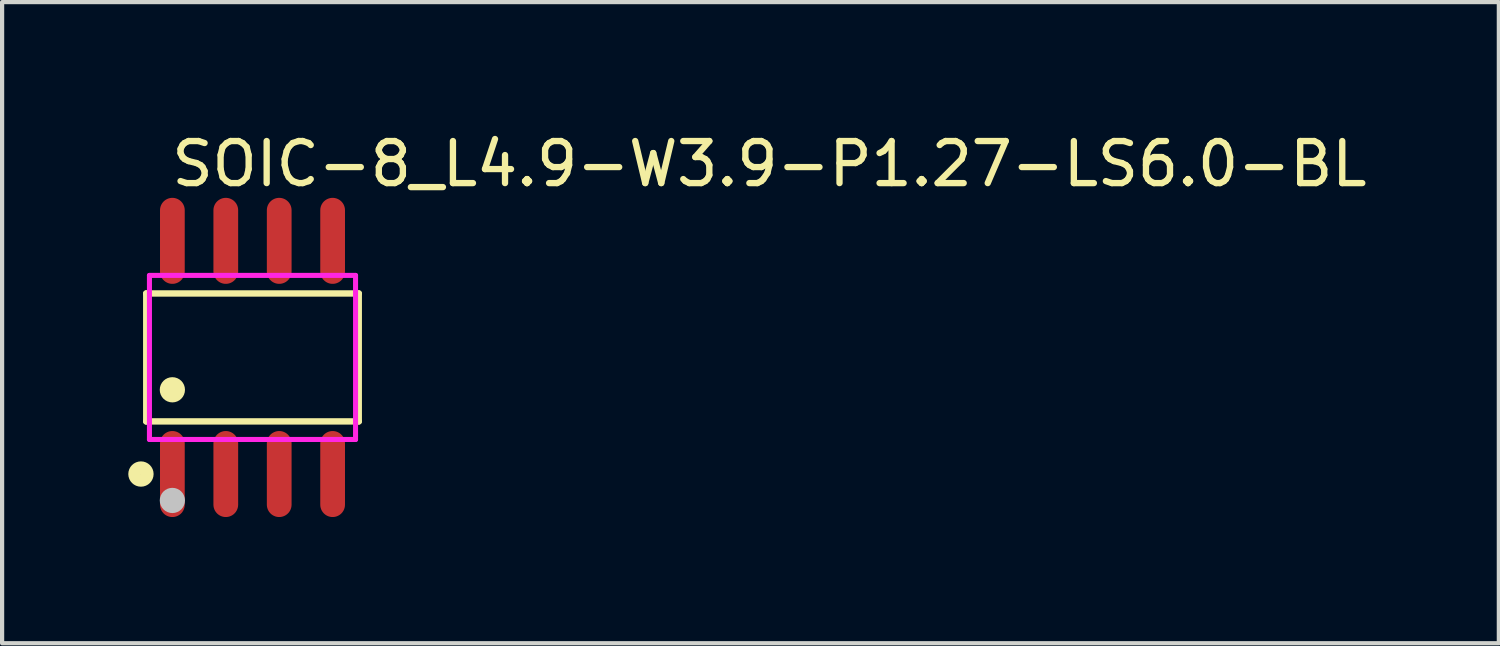
<source format=kicad_pcb>
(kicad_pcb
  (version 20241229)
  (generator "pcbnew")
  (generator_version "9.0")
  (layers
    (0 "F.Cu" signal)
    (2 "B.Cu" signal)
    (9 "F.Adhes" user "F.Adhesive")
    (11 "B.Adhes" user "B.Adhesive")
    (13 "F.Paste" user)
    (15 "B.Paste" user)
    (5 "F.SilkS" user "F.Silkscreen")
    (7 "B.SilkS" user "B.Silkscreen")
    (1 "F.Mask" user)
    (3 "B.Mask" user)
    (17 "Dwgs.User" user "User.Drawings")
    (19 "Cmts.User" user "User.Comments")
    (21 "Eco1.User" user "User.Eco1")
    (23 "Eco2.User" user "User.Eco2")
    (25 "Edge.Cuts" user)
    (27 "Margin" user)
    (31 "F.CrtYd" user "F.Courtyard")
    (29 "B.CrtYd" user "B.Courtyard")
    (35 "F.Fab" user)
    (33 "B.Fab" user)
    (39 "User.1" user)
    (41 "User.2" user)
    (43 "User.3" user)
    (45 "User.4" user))
  (footprint "SOIC-8_L4.9-W3.9-P1.27-LS6.0-BL"
    (layer "F.Cu")
    (at 2.953 5.448)
    (property "Reference" "SOIC-8_L4.9-W3.9-P1.27-LS6.0-BL" (at -2 -4.6 0) (layer "F.SilkS") (effects (font (size 1 1) (thickness 0.15)) (justify left)))
    (attr through_hole)
    (fp_line (start -2.526 -1.521) (end 2.526 -1.521) (stroke (width 0.152) (type solid)) (layer "F.SilkS"))
    (fp_line (start -2.526 1.521) (end -2.526 -1.521) (stroke (width 0.152) (type solid)) (layer "F.SilkS"))
    (fp_line (start 2.526 -1.521) (end 2.526 1.521) (stroke (width 0.152) (type solid)) (layer "F.SilkS"))
    (fp_line (start 2.526 1.521) (end -2.526 1.521) (stroke (width 0.152) (type solid)) (layer "F.SilkS"))
    (fp_circle (center -2.652 2.772) (end -2.501 2.772) (stroke (width 0.3) (type solid)) (fill no) (layer "F.SilkS"))
    (fp_circle (center -1.905 0.769) (end -1.755 0.769) (stroke (width 0.3) (type solid)) (fill no) (layer "F.SilkS"))
    (fp_circle (center -1.905 3.4) (end -1.755 3.4) (stroke (width 0.3) (type solid)) (fill no) (layer "Dwgs.User"))
    (fp_line (start -2.115 -2.175) (end -2.115 -1.94) (stroke (width 0.12) (type solid)) (layer "Eco2.User"))
    (fp_line (start -2.115 -1.94) (end -1.695 -1.94) (stroke (width 0.12) (type solid)) (layer "Eco2.User"))
    (fp_line (start -2.115 1.94) (end -1.695 1.94) (stroke (width 0.12) (type solid)) (layer "Eco2.User"))
    (fp_line (start -2.115 2.175) (end -2.115 1.94) (stroke (width 0.12) (type solid)) (layer "Eco2.User"))
    (fp_line (start -1.695 -2.175) (end -2.115 -2.175) (stroke (width 0.12) (type solid)) (layer "Eco2.User"))
    (fp_line (start -1.695 -1.94) (end -1.695 -2.175) (stroke (width 0.12) (type solid)) (layer "Eco2.User"))
    (fp_line (start -1.695 1.94) (end -1.695 2.175) (stroke (width 0.12) (type solid)) (layer "Eco2.User"))
    (fp_line (start -1.695 2.175) (end -2.115 2.175) (stroke (width 0.12) (type solid)) (layer "Eco2.User"))
    (fp_line (start -0.845 -2.175) (end -0.845 -1.94) (stroke (width 0.12) (type solid)) (layer "Eco2.User"))
    (fp_line (start -0.845 -1.94) (end -0.425 -1.94) (stroke (width 0.12) (type solid)) (layer "Eco2.User"))
    (fp_line (start -0.845 1.94) (end -0.425 1.94) (stroke (width 0.12) (type solid)) (layer "Eco2.User"))
    (fp_line (start -0.845 2.175) (end -0.845 1.94) (stroke (width 0.12) (type solid)) (layer "Eco2.User"))
    (fp_line (start -0.425 -2.175) (end -0.845 -2.175) (stroke (width 0.12) (type solid)) (layer "Eco2.User"))
    (fp_line (start -0.425 -1.94) (end -0.425 -2.175) (stroke (width 0.12) (type solid)) (layer "Eco2.User"))
    (fp_line (start -0.425 1.94) (end -0.425 2.175) (stroke (width 0.12) (type solid)) (layer "Eco2.User"))
    (fp_line (start -0.425 2.175) (end -0.845 2.175) (stroke (width 0.12) (type solid)) (layer "Eco2.User"))
    (fp_line (start 0.425 -2.175) (end 0.425 -1.94) (stroke (width 0.12) (type solid)) (layer "Eco2.User"))
    (fp_line (start 0.425 -1.94) (end 0.845 -1.94) (stroke (width 0.12) (type solid)) (layer "Eco2.User"))
    (fp_line (start 0.425 1.94) (end 0.845 1.94) (stroke (width 0.12) (type solid)) (layer "Eco2.User"))
    (fp_line (start 0.425 2.175) (end 0.425 1.94) (stroke (width 0.12) (type solid)) (layer "Eco2.User"))
    (fp_line (start 0.845 -2.175) (end 0.425 -2.175) (stroke (width 0.12) (type solid)) (layer "Eco2.User"))
    (fp_line (start 0.845 -1.94) (end 0.845 -2.175) (stroke (width 0.12) (type solid)) (layer "Eco2.User"))
    (fp_line (start 0.845 1.94) (end 0.845 2.175) (stroke (width 0.12) (type solid)) (layer "Eco2.User"))
    (fp_line (start 0.845 2.175) (end 0.425 2.175) (stroke (width 0.12) (type solid)) (layer "Eco2.User"))
    (fp_line (start 1.695 -2.175) (end 1.695 -1.94) (stroke (width 0.12) (type solid)) (layer "Eco2.User"))
    (fp_line (start 1.695 -1.94) (end 2.115 -1.94) (stroke (width 0.12) (type solid)) (layer "Eco2.User"))
    (fp_line (start 1.695 1.94) (end 2.115 1.94) (stroke (width 0.12) (type solid)) (layer "Eco2.User"))
    (fp_line (start 1.695 2.175) (end 1.695 1.94) (stroke (width 0.12) (type solid)) (layer "Eco2.User"))
    (fp_line (start 2.115 -2.175) (end 1.695 -2.175) (stroke (width 0.12) (type solid)) (layer "Eco2.User"))
    (fp_line (start 2.115 -1.94) (end 2.115 -2.175) (stroke (width 0.12) (type solid)) (layer "Eco2.User"))
    (fp_line (start 2.115 1.94) (end 2.115 2.175) (stroke (width 0.12) (type solid)) (layer "Eco2.User"))
    (fp_line (start 2.115 2.175) (end 1.695 2.175) (stroke (width 0.12) (type solid)) (layer "Eco2.User"))
    (fp_circle (center -2.45 3) (end -2.42 3) (stroke (width 0.06) (type solid)) (fill no) (layer "Eco2.User"))
    (fp_poly (pts (xy -2.115 -3) (xy -2.115 -2.165) (xy -1.695 -2.165) (xy -1.695 -3)) (stroke (width 0.12) (type solid)) (fill no) (layer "Eco2.User"))
    (fp_poly (pts (xy -2.115 3) (xy -2.115 2.165) (xy -1.695 2.165) (xy -1.695 3)) (stroke (width 0.12) (type solid)) (fill no) (layer "Eco2.User"))
    (fp_poly (pts (xy -0.845 -3) (xy -0.845 -2.165) (xy -0.425 -2.165) (xy -0.425 -3)) (stroke (width 0.12) (type solid)) (fill no) (layer "Eco2.User"))
    (fp_poly (pts (xy -0.845 3) (xy -0.845 2.165) (xy -0.425 2.165) (xy -0.425 3)) (stroke (width 0.12) (type solid)) (fill no) (layer "Eco2.User"))
    (fp_poly (pts (xy 0.425 -3) (xy 0.425 -2.165) (xy 0.845 -2.165) (xy 0.845 -3)) (stroke (width 0.12) (type solid)) (fill no) (layer "Eco2.User"))
    (fp_poly (pts (xy 0.425 3) (xy 0.425 2.165) (xy 0.845 2.165) (xy 0.845 3)) (stroke (width 0.12) (type solid)) (fill no) (layer "Eco2.User"))
    (fp_poly (pts (xy 1.695 -3) (xy 1.695 -2.165) (xy 2.115 -2.165) (xy 2.115 -3)) (stroke (width 0.12) (type solid)) (fill no) (layer "Eco2.User"))
    (fp_poly (pts (xy 1.695 3) (xy 1.695 2.165) (xy 2.115 2.165) (xy 2.115 3)) (stroke (width 0.12) (type solid)) (fill no) (layer "Eco2.User"))
    (fp_line (start -2.45 -1.95) (end 2.45 -1.95) (stroke (width 0.12) (type solid)) (layer "F.CrtYd"))
    (fp_line (start -2.45 1.95) (end -2.45 -1.95) (stroke (width 0.12) (type solid)) (layer "F.CrtYd"))
    (fp_line (start 2.45 -1.95) (end 2.45 1.95) (stroke (width 0.12) (type solid)) (layer "F.CrtYd"))
    (fp_line (start 2.45 1.95) (end -2.45 1.95) (stroke (width 0.12) (type solid)) (layer "F.CrtYd"))
    (pad "1" smd oval (at -1.905 2.772) (size 0.588 2.045) (layers "F.Cu" "F.Mask" "F.Paste"))
    (pad "2" smd oval (at -0.635 2.772) (size 0.588 2.045) (layers "F.Cu" "F.Mask" "F.Paste"))
    (pad "3" smd oval (at 0.635 2.772) (size 0.588 2.045) (layers "F.Cu" "F.Mask" "F.Paste"))
    (pad "4" smd oval (at 1.905 2.772) (size 0.588 2.045) (layers "F.Cu" "F.Mask" "F.Paste"))
    (pad "5" smd oval (at 1.905 -2.772) (size 0.588 2.045) (layers "F.Cu" "F.Mask" "F.Paste"))
    (pad "6" smd oval (at 0.635 -2.772) (size 0.588 2.045) (layers "F.Cu" "F.Mask" "F.Paste"))
    (pad "7" smd oval (at -0.635 -2.772) (size 0.588 2.045) (layers "F.Cu" "F.Mask" "F.Paste"))
    (pad "8" smd oval (at -1.905 -2.772) (size 0.588 2.045) (layers "F.Cu" "F.Mask" "F.Paste")))
  (gr_rect
    (start -3 -3)
    (end 32.584 12.243)
    (stroke (width 0.1) (type default))
    (fill no)
    (layer "Edge.Cuts")))
</source>
